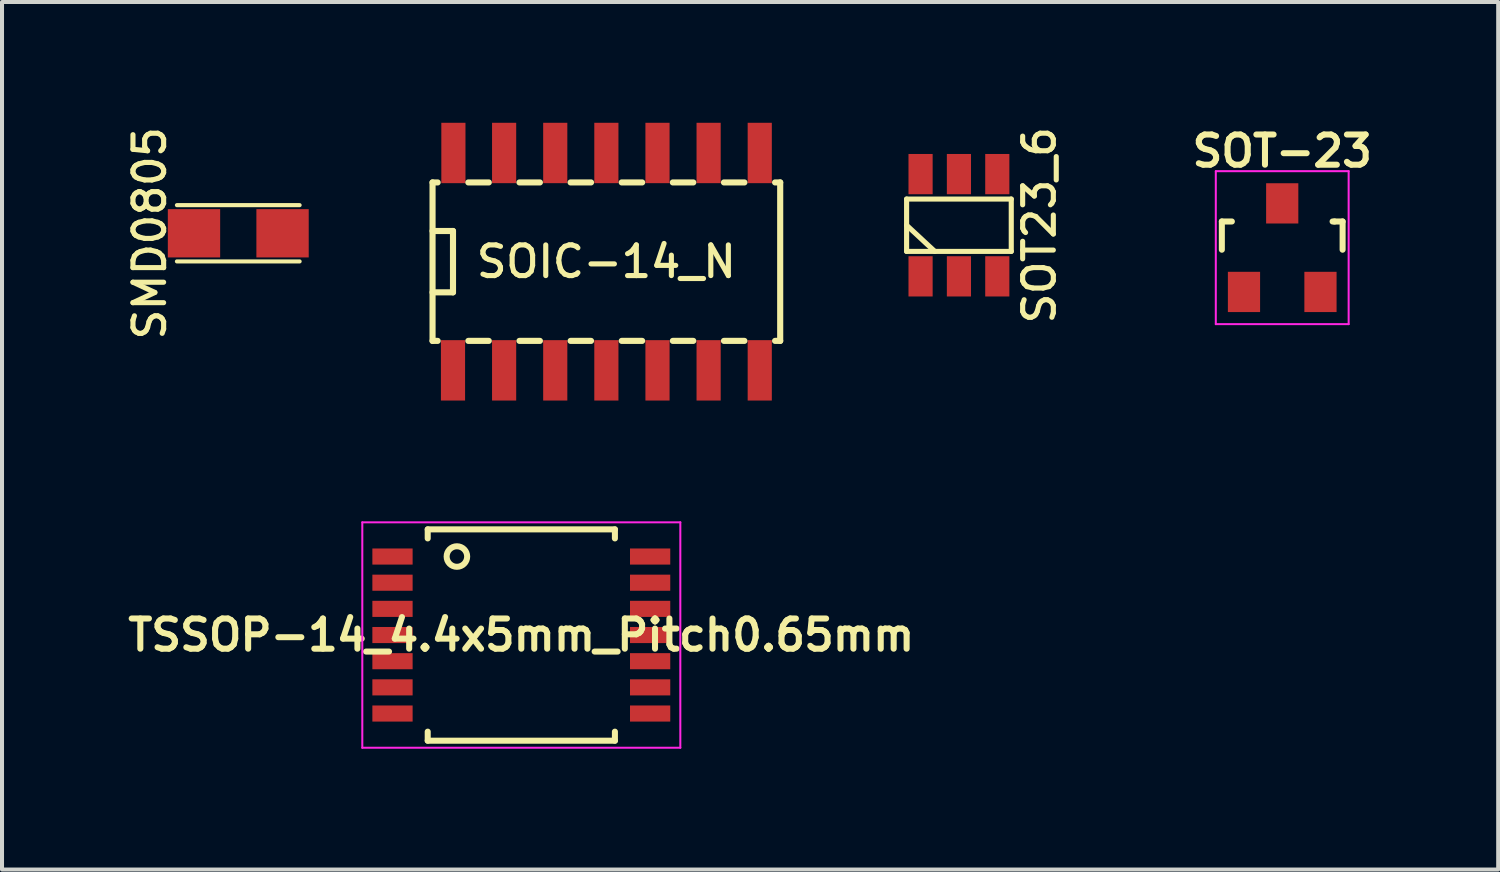
<source format=kicad_pcb>
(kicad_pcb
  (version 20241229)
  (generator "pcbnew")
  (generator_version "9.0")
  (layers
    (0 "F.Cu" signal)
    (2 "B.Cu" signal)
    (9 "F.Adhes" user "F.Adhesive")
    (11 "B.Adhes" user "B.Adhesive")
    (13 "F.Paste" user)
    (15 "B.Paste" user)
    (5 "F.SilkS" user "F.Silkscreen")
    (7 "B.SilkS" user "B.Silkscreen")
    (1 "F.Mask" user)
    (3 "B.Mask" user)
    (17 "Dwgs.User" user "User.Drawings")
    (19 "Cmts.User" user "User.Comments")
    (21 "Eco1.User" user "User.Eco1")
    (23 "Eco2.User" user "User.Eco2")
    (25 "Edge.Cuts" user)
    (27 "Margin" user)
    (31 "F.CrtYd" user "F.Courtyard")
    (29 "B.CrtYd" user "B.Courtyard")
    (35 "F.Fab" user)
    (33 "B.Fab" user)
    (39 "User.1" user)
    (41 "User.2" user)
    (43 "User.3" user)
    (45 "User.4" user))
  (footprint "SOT-23"
    (layer "F.Cu")
    (at 28.802 3.102)
    (property "Reference" "SOT-23" (at 0 -2.4 0) (layer "F.SilkS") (effects (font (size 0.75 0.75) (thickness 0.15))))
    (attr smd)
    (fp_line (start -1.5 -0.65) (end -1.251 -0.65) (stroke (width 0.15) (type solid)) (layer "F.SilkS"))
    (fp_line (start -1.5 0.051) (end -1.5 -0.65) (stroke (width 0.15) (type solid)) (layer "F.SilkS"))
    (fp_line (start 1.299 -0.65) (end 1.251 -0.65) (stroke (width 0.15) (type solid)) (layer "F.SilkS"))
    (fp_line (start 1.299 -0.65) (end 1.5 -0.65) (stroke (width 0.15) (type solid)) (layer "F.SilkS"))
    (fp_line (start 1.5 -0.65) (end 1.5 0.051) (stroke (width 0.15) (type solid)) (layer "F.SilkS"))
    (fp_line (start -1.65 -1.9) (end 1.65 -1.9) (stroke (width 0.05) (type solid)) (layer "F.CrtYd"))
    (fp_line (start -1.65 1.9) (end -1.65 -1.9) (stroke (width 0.05) (type solid)) (layer "F.CrtYd"))
    (fp_line (start 1.65 -1.9) (end 1.65 1.9) (stroke (width 0.05) (type solid)) (layer "F.CrtYd"))
    (fp_line (start 1.65 1.9) (end -1.65 1.9) (stroke (width 0.05) (type solid)) (layer "F.CrtYd"))
    (pad "1" smd rect (at -0.95 1.1) (size 0.8 1) (layers "F.Cu" "F.Mask" "F.Paste"))
    (pad "2" smd rect (at 0.95 1.1) (size 0.8 1) (layers "F.Cu" "F.Mask" "F.Paste"))
    (pad "3" smd rect (at 0 -1.1) (size 0.8 1) (layers "F.Cu" "F.Mask" "F.Paste")))
  (footprint "TSSOP-14_4.4x5mm_Pitch0.65mm"
    (layer "F.Cu")
    (at 9.9 12.725)
    (property "Reference" "TSSOP-14_4.4x5mm_Pitch0.65mm" (at 0 0 0) (layer "F.SilkS") (effects (font (size 0.75 0.75) (thickness 0.15))))
    (attr smd)
    (fp_line (start -2.325 -2.625) (end -2.325 -2.4) (stroke (width 0.15) (type solid)) (layer "F.SilkS"))
    (fp_line (start -2.325 -2.625) (end 2.325 -2.625) (stroke (width 0.15) (type solid)) (layer "F.SilkS"))
    (fp_line (start -2.325 2.625) (end -2.325 2.4) (stroke (width 0.15) (type solid)) (layer "F.SilkS"))
    (fp_line (start -2.325 2.625) (end 2.325 2.625) (stroke (width 0.15) (type solid)) (layer "F.SilkS"))
    (fp_line (start 2.325 -2.625) (end 2.325 -2.4) (stroke (width 0.15) (type solid)) (layer "F.SilkS"))
    (fp_line (start 2.325 2.625) (end 2.325 2.4) (stroke (width 0.15) (type solid)) (layer "F.SilkS"))
    (fp_circle (center -1.6 -1.95) (end -1.35 -1.9) (stroke (width 0.15) (type solid)) (fill no) (layer "F.SilkS"))
    (fp_line (start -3.95 -2.8) (end -3.95 2.8) (stroke (width 0.05) (type solid)) (layer "F.CrtYd"))
    (fp_line (start -3.95 -2.8) (end 3.95 -2.8) (stroke (width 0.05) (type solid)) (layer "F.CrtYd"))
    (fp_line (start -3.95 2.8) (end 3.95 2.8) (stroke (width 0.05) (type solid)) (layer "F.CrtYd"))
    (fp_line (start 3.95 -2.8) (end 3.95 2.8) (stroke (width 0.05) (type solid)) (layer "F.CrtYd"))
    (pad "1" smd rect (at -3.2 -1.95) (size 1 0.4) (layers "F.Cu" "F.Mask" "F.Paste"))
    (pad "2" smd rect (at -3.2 -1.3) (size 1 0.4) (layers "F.Cu" "F.Mask" "F.Paste"))
    (pad "3" smd rect (at -3.2 -0.65) (size 1 0.4) (layers "F.Cu" "F.Mask" "F.Paste"))
    (pad "4" smd rect (at -3.2 0) (size 1 0.4) (layers "F.Cu" "F.Mask" "F.Paste"))
    (pad "5" smd rect (at -3.2 0.65) (size 1 0.4) (layers "F.Cu" "F.Mask" "F.Paste"))
    (pad "6" smd rect (at -3.2 1.3) (size 1 0.4) (layers "F.Cu" "F.Mask" "F.Paste"))
    (pad "7" smd rect (at -3.2 1.95) (size 1 0.4) (layers "F.Cu" "F.Mask" "F.Paste"))
    (pad "8" smd rect (at 3.2 1.95) (size 1 0.4) (layers "F.Cu" "F.Mask" "F.Paste"))
    (pad "9" smd rect (at 3.2 1.3) (size 1 0.4) (layers "F.Cu" "F.Mask" "F.Paste"))
    (pad "10" smd rect (at 3.2 0.65) (size 1 0.4) (layers "F.Cu" "F.Mask" "F.Paste"))
    (pad "11" smd rect (at 3.2 0) (size 1 0.4) (layers "F.Cu" "F.Mask" "F.Paste"))
    (pad "12" smd rect (at 3.2 -0.65) (size 1 0.4) (layers "F.Cu" "F.Mask" "F.Paste"))
    (pad "13" smd rect (at 3.2 -1.3) (size 1 0.4) (layers "F.Cu" "F.Mask" "F.Paste"))
    (pad "14" smd rect (at 3.2 -1.95) (size 1 0.4) (layers "F.Cu" "F.Mask" "F.Paste")))
  (footprint "SOIC-14_N"
    (layer "F.Cu")
    (at 12.013 3.45)
    (property "Reference" "SOIC-14_N" (at 0 0 0) (layer "F.SilkS") (effects (font (size 0.762 0.762) (thickness 0.127))))
    (attr smd)
    (fp_line (start -4.318 -1.968) (end -4.191 -1.968) (stroke (width 0.152) (type solid)) (layer "F.SilkS"))
    (fp_line (start -4.318 -0.762) (end -3.81 -0.762) (stroke (width 0.152) (type solid)) (layer "F.SilkS"))
    (fp_line (start -4.318 1.968) (end -4.318 -1.968) (stroke (width 0.152) (type solid)) (layer "F.SilkS"))
    (fp_line (start -4.191 1.968) (end -4.318 1.968) (stroke (width 0.152) (type solid)) (layer "F.SilkS"))
    (fp_line (start -3.81 -0.762) (end -3.81 0.762) (stroke (width 0.152) (type solid)) (layer "F.SilkS"))
    (fp_line (start -3.81 0.762) (end -4.318 0.762) (stroke (width 0.152) (type solid)) (layer "F.SilkS"))
    (fp_line (start -3.429 -1.968) (end -2.921 -1.968) (stroke (width 0.152) (type solid)) (layer "F.SilkS"))
    (fp_line (start -2.921 1.968) (end -3.429 1.968) (stroke (width 0.152) (type solid)) (layer "F.SilkS"))
    (fp_line (start -2.159 -1.968) (end -1.651 -1.968) (stroke (width 0.152) (type solid)) (layer "F.SilkS"))
    (fp_line (start -1.651 1.968) (end -2.159 1.968) (stroke (width 0.152) (type solid)) (layer "F.SilkS"))
    (fp_line (start -0.889 -1.968) (end -0.381 -1.968) (stroke (width 0.152) (type solid)) (layer "F.SilkS"))
    (fp_line (start -0.381 1.968) (end -0.889 1.968) (stroke (width 0.152) (type solid)) (layer "F.SilkS"))
    (fp_line (start 0.381 -1.968) (end 0.889 -1.968) (stroke (width 0.152) (type solid)) (layer "F.SilkS"))
    (fp_line (start 0.889 1.968) (end 0.381 1.968) (stroke (width 0.152) (type solid)) (layer "F.SilkS"))
    (fp_line (start 1.651 -1.968) (end 2.159 -1.968) (stroke (width 0.152) (type solid)) (layer "F.SilkS"))
    (fp_line (start 2.159 1.968) (end 1.651 1.968) (stroke (width 0.152) (type solid)) (layer "F.SilkS"))
    (fp_line (start 2.921 -1.968) (end 3.429 -1.968) (stroke (width 0.152) (type solid)) (layer "F.SilkS"))
    (fp_line (start 3.429 1.968) (end 2.921 1.968) (stroke (width 0.152) (type solid)) (layer "F.SilkS"))
    (fp_line (start 4.191 -1.968) (end 4.318 -1.968) (stroke (width 0.152) (type solid)) (layer "F.SilkS"))
    (fp_line (start 4.318 -1.968) (end 4.318 1.968) (stroke (width 0.152) (type solid)) (layer "F.SilkS"))
    (fp_line (start 4.318 1.968) (end 4.191 1.968) (stroke (width 0.152) (type solid)) (layer "F.SilkS"))
    (pad "1" smd rect (at -3.81 2.7) (size 0.6 1.5) (layers "F.Cu" "F.Mask" "F.Paste"))
    (pad "2" smd rect (at -2.54 2.7) (size 0.6 1.5) (layers "F.Cu" "F.Mask" "F.Paste"))
    (pad "3" smd rect (at -1.27 2.7) (size 0.6 1.5) (layers "F.Cu" "F.Mask" "F.Paste"))
    (pad "4" smd rect (at 0 2.7) (size 0.6 1.5) (layers "F.Cu" "F.Mask" "F.Paste"))
    (pad "5" smd rect (at 1.27 2.7) (size 0.6 1.5) (layers "F.Cu" "F.Mask" "F.Paste"))
    (pad "6" smd rect (at 2.54 2.7) (size 0.6 1.5) (layers "F.Cu" "F.Mask" "F.Paste"))
    (pad "7" smd rect (at 3.81 2.7) (size 0.6 1.5) (layers "F.Cu" "F.Mask" "F.Paste"))
    (pad "8" smd rect (at 3.81 -2.7) (size 0.6 1.5) (layers "F.Cu" "F.Mask" "F.Paste"))
    (pad "9" smd rect (at 2.54 -2.7) (size 0.6 1.5) (layers "F.Cu" "F.Mask" "F.Paste"))
    (pad "10" smd rect (at 1.27 -2.7) (size 0.6 1.5) (layers "F.Cu" "F.Mask" "F.Paste"))
    (pad "11" smd rect (at 0 -2.7) (size 0.6 1.5) (layers "F.Cu" "F.Mask" "F.Paste"))
    (pad "12" smd rect (at -1.27 -2.7) (size 0.6 1.5) (layers "F.Cu" "F.Mask" "F.Paste"))
    (pad "13" smd rect (at -2.54 -2.7) (size 0.6 1.5) (layers "F.Cu" "F.Mask" "F.Paste"))
    (pad "14" smd rect (at -3.8 -2.7) (size 0.6 1.5) (layers "F.Cu" "F.Mask" "F.Paste")))
  (footprint "SOT23_6"
    (layer "F.Cu")
    (at 20.771 2.545)
    (property "Reference" "SOT23_6" (at 1.999 0 90) (layer "F.SilkS") (effects (font (size 0.762 0.762) (thickness 0.127))))
    (attr through_hole)
    (fp_line (start -1.3 -0.65) (end 1.3 -0.65) (stroke (width 0.127) (type solid)) (layer "F.SilkS"))
    (fp_line (start -1.3 0.65) (end -1.3 -0.65) (stroke (width 0.127) (type solid)) (layer "F.SilkS"))
    (fp_line (start -0.6 0.65) (end -1.3 0) (stroke (width 0.127) (type solid)) (layer "F.SilkS"))
    (fp_line (start 1.3 -0.65) (end 1.3 0.65) (stroke (width 0.127) (type solid)) (layer "F.SilkS"))
    (fp_line (start 1.3 0.65) (end -1.3 0.65) (stroke (width 0.127) (type solid)) (layer "F.SilkS"))
    (pad "1" smd rect (at -0.953 1.27) (size 0.6 1) (layers "F.Cu" "F.Mask" "F.Paste"))
    (pad "2" smd rect (at 0 1.27) (size 0.6 1) (layers "F.Cu" "F.Mask" "F.Paste"))
    (pad "3" smd rect (at 0.953 1.27) (size 0.6 1) (layers "F.Cu" "F.Mask" "F.Paste"))
    (pad "4" smd rect (at 0.953 -1.27) (size 0.6 1) (layers "F.Cu" "F.Mask" "F.Paste"))
    (pad "5" smd rect (at 0 -1.27) (size 0.6 1) (layers "F.Cu" "F.Mask" "F.Paste"))
    (pad "6" smd rect (at -0.953 -1.27) (size 0.6 1) (layers "F.Cu" "F.Mask" "F.Paste")))
  (footprint "SMD0805"
    (layer "F.Cu")
    (at 2.869 2.745)
    (property "Reference" "SMD0805" (at -2.2 0 90) (layer "F.SilkS") (effects (font (size 0.762 0.762) (thickness 0.127))))
    (attr smd)
    (fp_line (start -1.524 -0.699) (end 1.524 -0.699) (stroke (width 0.102) (type solid)) (layer "F.SilkS"))
    (fp_line (start 1.524 0.699) (end -1.524 0.699) (stroke (width 0.102) (type solid)) (layer "F.SilkS"))
    (pad "1" smd rect (at -1.1 0) (size 1.3 1.2) (layers "F.Cu" "F.Mask" "F.Paste"))
    (pad "2" smd rect (at 1.1 0) (size 1.3 1.2) (layers "F.Cu" "F.Mask" "F.Paste")))
  (gr_rect
    (start -3 -3)
    (end 34.167 18.55)
    (stroke (width 0.1) (type default))
    (fill no)
    (layer "Edge.Cuts")))
</source>
